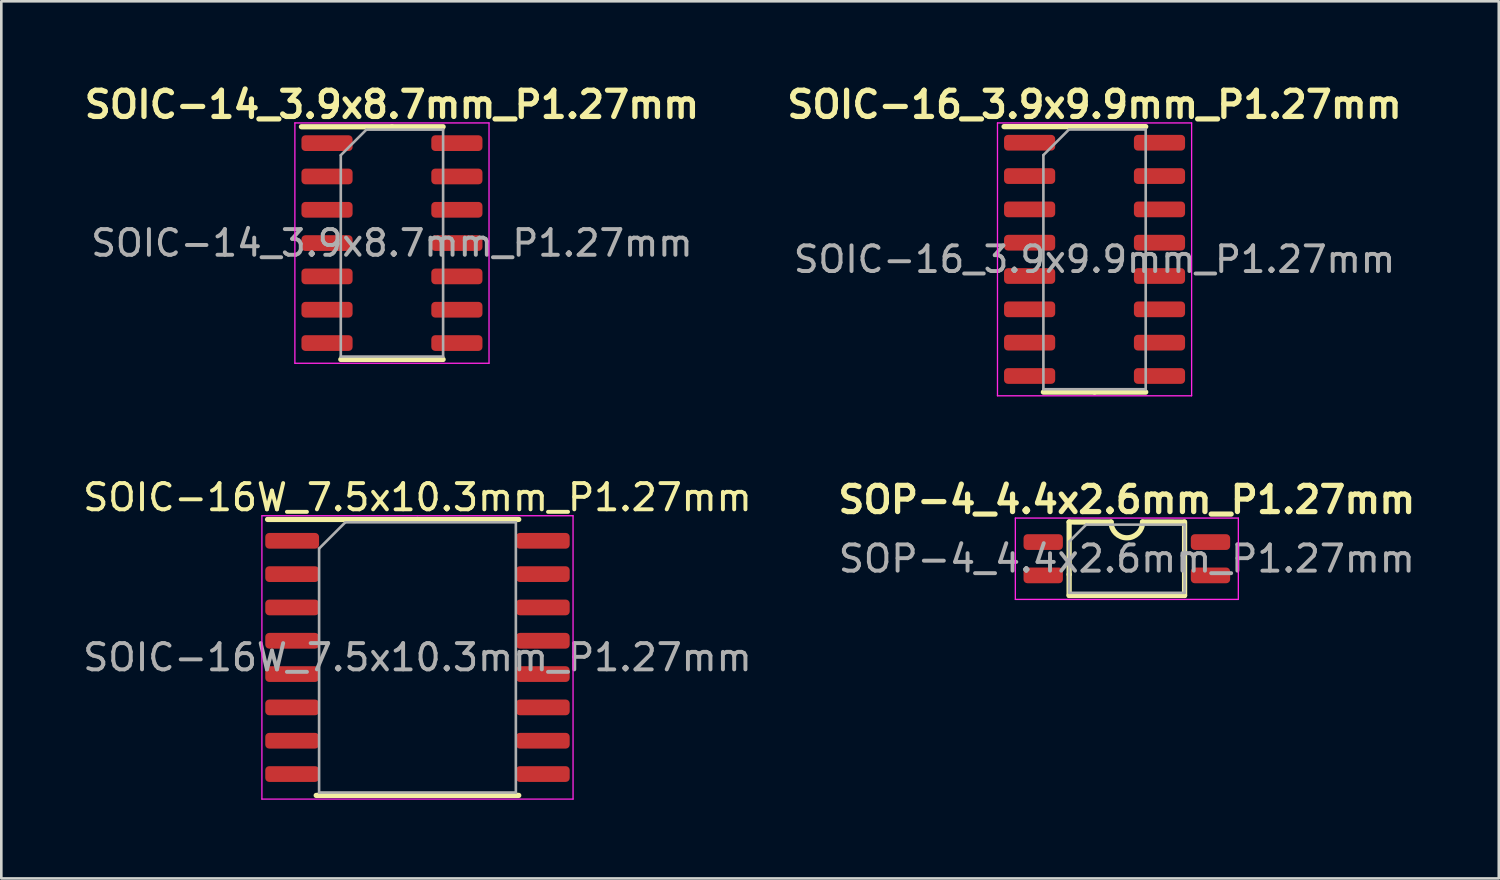
<source format=kicad_pcb>
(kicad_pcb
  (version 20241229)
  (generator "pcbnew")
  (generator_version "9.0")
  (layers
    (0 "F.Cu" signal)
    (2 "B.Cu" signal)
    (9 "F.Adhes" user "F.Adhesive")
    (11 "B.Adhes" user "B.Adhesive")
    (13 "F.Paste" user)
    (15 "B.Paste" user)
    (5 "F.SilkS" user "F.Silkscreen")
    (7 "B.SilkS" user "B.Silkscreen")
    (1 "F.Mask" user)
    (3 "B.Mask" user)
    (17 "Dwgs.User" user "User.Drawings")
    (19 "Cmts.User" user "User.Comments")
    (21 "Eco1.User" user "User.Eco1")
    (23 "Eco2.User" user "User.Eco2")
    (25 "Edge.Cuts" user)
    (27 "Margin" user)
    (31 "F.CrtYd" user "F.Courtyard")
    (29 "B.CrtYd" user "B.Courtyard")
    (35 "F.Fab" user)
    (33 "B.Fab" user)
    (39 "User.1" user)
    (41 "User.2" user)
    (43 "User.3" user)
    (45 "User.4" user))
  (footprint "SOP-4_4.4x2.6mm_P1.27mm"
    (layer "F.Cu")
    (at 39.902 18.247)
    (property "Reference" "SOP-4_4.4x2.6mm_P1.27mm" (at 0 -2.25 0) (layer "F.SilkS") (effects (font (size 1 1) (thickness 0.2))))
    (attr smd)
    (fp_line (start -2.2 -1.4) (end -2.2 0.6) (stroke (width 0.2) (type solid)) (layer "F.SilkS"))
    (fp_line (start -2.2 0.6) (end -2.2 1.4) (stroke (width 0.2) (type solid)) (layer "F.SilkS"))
    (fp_line (start -2.2 1.4) (end 2.2 1.4) (stroke (width 0.2) (type solid)) (layer "F.SilkS"))
    (fp_line (start -0.6 -1.397) (end -2.2 -1.4) (stroke (width 0.2) (type solid)) (layer "F.SilkS"))
    (fp_line (start 2.194 -1.397) (end 0.594 -1.4) (stroke (width 0.2) (type solid)) (layer "F.SilkS"))
    (fp_line (start 2.2 1.4) (end 2.2 -1.4) (stroke (width 0.2) (type solid)) (layer "F.SilkS"))
    (fp_arc (start 0.6 -1.397) (mid 0 -0.797) (end -0.6 -1.397) (stroke (width 0.2) (type solid)) (layer "F.SilkS"))
    (fp_line (start -4.25 -1.55) (end -4.25 1.55) (stroke (width 0.05) (type solid)) (layer "F.CrtYd"))
    (fp_line (start -4.25 1.55) (end 4.25 1.55) (stroke (width 0.05) (type solid)) (layer "F.CrtYd"))
    (fp_line (start 4.25 -1.55) (end -4.25 -1.55) (stroke (width 0.05) (type solid)) (layer "F.CrtYd"))
    (fp_line (start 4.25 1.55) (end 4.25 -1.55) (stroke (width 0.05) (type solid)) (layer "F.CrtYd"))
    (fp_line (start -2.2 -0.65) (end -1.55 -1.3) (stroke (width 0.1) (type solid)) (layer "F.Fab"))
    (fp_line (start -2.2 1.3) (end -2.2 -0.65) (stroke (width 0.1) (type solid)) (layer "F.Fab"))
    (fp_line (start -1.55 -1.3) (end 2.2 -1.3) (stroke (width 0.1) (type solid)) (layer "F.Fab"))
    (fp_line (start 2.2 -1.3) (end 2.2 1.3) (stroke (width 0.1) (type solid)) (layer "F.Fab"))
    (fp_line (start 2.2 1.3) (end -2.2 1.3) (stroke (width 0.1) (type solid)) (layer "F.Fab"))
    (fp_text user "${REFERENCE}" (at 0 0 0) (layer "F.Fab") (effects (font (size 1 1) (thickness 0.15))))
    (pad "1" smd roundrect (at -3.188 -0.635) (size 1.5 0.6) (layers "F.Cu" "F.Mask" "F.Paste") (roundrect_rratio 0.25))
    (pad "2" smd roundrect (at -3.188 0.635) (size 1.5 0.6) (layers "F.Cu" "F.Mask" "F.Paste") (roundrect_rratio 0.25))
    (pad "3" smd roundrect (at 3.188 0.635) (size 1.5 0.6) (layers "F.Cu" "F.Mask" "F.Paste") (roundrect_rratio 0.25))
    (pad "4" smd roundrect (at 3.188 -0.635) (size 1.5 0.6) (layers "F.Cu" "F.Mask" "F.Paste") (roundrect_rratio 0.25)))
  (footprint "SOIC-16_3.9x9.9mm_P1.27mm"
    (layer "F.Cu")
    (at 38.671 6.836)
    (property "Reference" "SOIC-16_3.9x9.9mm_P1.27mm" (at 0 -5.9 0) (layer "F.SilkS") (effects (font (size 1 1) (thickness 0.2) (bold yes))))
    (attr smd)
    (fp_line (start 0 -5.06) (end -3.45 -5.06) (stroke (width 0.2) (type solid)) (layer "F.SilkS"))
    (fp_line (start 0 -5.06) (end 1.95 -5.06) (stroke (width 0.2) (type solid)) (layer "F.SilkS"))
    (fp_line (start 0 5.06) (end -1.95 5.06) (stroke (width 0.2) (type solid)) (layer "F.SilkS"))
    (fp_line (start 0 5.06) (end 1.95 5.06) (stroke (width 0.2) (type solid)) (layer "F.SilkS"))
    (fp_line (start -3.7 -5.2) (end -3.7 5.2) (stroke (width 0.05) (type solid)) (layer "F.CrtYd"))
    (fp_line (start -3.7 5.2) (end 3.7 5.2) (stroke (width 0.05) (type solid)) (layer "F.CrtYd"))
    (fp_line (start 3.7 -5.2) (end -3.7 -5.2) (stroke (width 0.05) (type solid)) (layer "F.CrtYd"))
    (fp_line (start 3.7 5.2) (end 3.7 -5.2) (stroke (width 0.05) (type solid)) (layer "F.CrtYd"))
    (fp_line (start -1.95 -3.975) (end -0.975 -4.95) (stroke (width 0.1) (type solid)) (layer "F.Fab"))
    (fp_line (start -1.95 4.95) (end -1.95 -3.975) (stroke (width 0.1) (type solid)) (layer "F.Fab"))
    (fp_line (start -0.975 -4.95) (end 1.95 -4.95) (stroke (width 0.1) (type solid)) (layer "F.Fab"))
    (fp_line (start 1.95 -4.95) (end 1.95 4.95) (stroke (width 0.1) (type solid)) (layer "F.Fab"))
    (fp_line (start 1.95 4.95) (end -1.95 4.95) (stroke (width 0.1) (type solid)) (layer "F.Fab"))
    (fp_text user "${REFERENCE}" (at 0 0 0) (layer "F.Fab") (effects (font (size 0.98 0.98) (thickness 0.15))))
    (pad "1" smd roundrect (at -2.475 -4.445) (size 1.95 0.6) (layers "F.Cu" "F.Mask" "F.Paste") (roundrect_rratio 0.25))
    (pad "2" smd roundrect (at -2.475 -3.175) (size 1.95 0.6) (layers "F.Cu" "F.Mask" "F.Paste") (roundrect_rratio 0.25))
    (pad "3" smd roundrect (at -2.475 -1.905) (size 1.95 0.6) (layers "F.Cu" "F.Mask" "F.Paste") (roundrect_rratio 0.25))
    (pad "4" smd roundrect (at -2.475 -0.635) (size 1.95 0.6) (layers "F.Cu" "F.Mask" "F.Paste") (roundrect_rratio 0.25))
    (pad "5" smd roundrect (at -2.475 0.635) (size 1.95 0.6) (layers "F.Cu" "F.Mask" "F.Paste") (roundrect_rratio 0.25))
    (pad "6" smd roundrect (at -2.475 1.905) (size 1.95 0.6) (layers "F.Cu" "F.Mask" "F.Paste") (roundrect_rratio 0.25))
    (pad "7" smd roundrect (at -2.475 3.175) (size 1.95 0.6) (layers "F.Cu" "F.Mask" "F.Paste") (roundrect_rratio 0.25))
    (pad "8" smd roundrect (at -2.475 4.445) (size 1.95 0.6) (layers "F.Cu" "F.Mask" "F.Paste") (roundrect_rratio 0.25))
    (pad "9" smd roundrect (at 2.475 4.445) (size 1.95 0.6) (layers "F.Cu" "F.Mask" "F.Paste") (roundrect_rratio 0.25))
    (pad "10" smd roundrect (at 2.475 3.175) (size 1.95 0.6) (layers "F.Cu" "F.Mask" "F.Paste") (roundrect_rratio 0.25))
    (pad "11" smd roundrect (at 2.475 1.905) (size 1.95 0.6) (layers "F.Cu" "F.Mask" "F.Paste") (roundrect_rratio 0.25))
    (pad "12" smd roundrect (at 2.475 0.635) (size 1.95 0.6) (layers "F.Cu" "F.Mask" "F.Paste") (roundrect_rratio 0.25))
    (pad "13" smd roundrect (at 2.475 -0.635) (size 1.95 0.6) (layers "F.Cu" "F.Mask" "F.Paste") (roundrect_rratio 0.25))
    (pad "14" smd roundrect (at 2.475 -1.905) (size 1.95 0.6) (layers "F.Cu" "F.Mask" "F.Paste") (roundrect_rratio 0.25))
    (pad "15" smd roundrect (at 2.475 -3.175) (size 1.95 0.6) (layers "F.Cu" "F.Mask" "F.Paste") (roundrect_rratio 0.25))
    (pad "16" smd roundrect (at 2.475 -4.445) (size 1.95 0.6) (layers "F.Cu" "F.Mask" "F.Paste") (roundrect_rratio 0.25)))
  (footprint "SOIC-14_3.9x8.7mm_P1.27mm"
    (layer "F.Cu")
    (at 11.89 6.216)
    (property "Reference" "SOIC-14_3.9x8.7mm_P1.27mm" (at 0 -5.28 0) (layer "F.SilkS") (effects (font (size 1 1) (thickness 0.2) (bold yes))))
    (attr smd)
    (fp_line (start 0 -4.435) (end -3.45 -4.435) (stroke (width 0.2) (type solid)) (layer "F.SilkS"))
    (fp_line (start 0 -4.435) (end 1.95 -4.435) (stroke (width 0.2) (type solid)) (layer "F.SilkS"))
    (fp_line (start 0 4.435) (end -1.95 4.435) (stroke (width 0.2) (type solid)) (layer "F.SilkS"))
    (fp_line (start 0 4.435) (end 1.95 4.435) (stroke (width 0.2) (type solid)) (layer "F.SilkS"))
    (fp_line (start -3.7 -4.58) (end -3.7 4.58) (stroke (width 0.05) (type solid)) (layer "F.CrtYd"))
    (fp_line (start -3.7 4.58) (end 3.7 4.58) (stroke (width 0.05) (type solid)) (layer "F.CrtYd"))
    (fp_line (start 3.7 -4.58) (end -3.7 -4.58) (stroke (width 0.05) (type solid)) (layer "F.CrtYd"))
    (fp_line (start 3.7 4.58) (end 3.7 -4.58) (stroke (width 0.05) (type solid)) (layer "F.CrtYd"))
    (fp_line (start -1.95 -3.35) (end -0.975 -4.325) (stroke (width 0.1) (type solid)) (layer "F.Fab"))
    (fp_line (start -1.95 4.325) (end -1.95 -3.35) (stroke (width 0.1) (type solid)) (layer "F.Fab"))
    (fp_line (start -0.975 -4.325) (end 1.95 -4.325) (stroke (width 0.1) (type solid)) (layer "F.Fab"))
    (fp_line (start 1.95 -4.325) (end 1.95 4.325) (stroke (width 0.1) (type solid)) (layer "F.Fab"))
    (fp_line (start 1.95 4.325) (end -1.95 4.325) (stroke (width 0.1) (type solid)) (layer "F.Fab"))
    (fp_text user "${REFERENCE}" (at 0 0 0) (layer "F.Fab") (effects (font (size 0.98 0.98) (thickness 0.15))))
    (pad "1" smd roundrect (at -2.475 -3.81) (size 1.95 0.6) (layers "F.Cu" "F.Mask" "F.Paste") (roundrect_rratio 0.25))
    (pad "2" smd roundrect (at -2.475 -2.54) (size 1.95 0.6) (layers "F.Cu" "F.Mask" "F.Paste") (roundrect_rratio 0.25))
    (pad "3" smd roundrect (at -2.475 -1.27) (size 1.95 0.6) (layers "F.Cu" "F.Mask" "F.Paste") (roundrect_rratio 0.25))
    (pad "4" smd roundrect (at -2.475 0) (size 1.95 0.6) (layers "F.Cu" "F.Mask" "F.Paste") (roundrect_rratio 0.25))
    (pad "5" smd roundrect (at -2.475 1.27) (size 1.95 0.6) (layers "F.Cu" "F.Mask" "F.Paste") (roundrect_rratio 0.25))
    (pad "6" smd roundrect (at -2.475 2.54) (size 1.95 0.6) (layers "F.Cu" "F.Mask" "F.Paste") (roundrect_rratio 0.25))
    (pad "7" smd roundrect (at -2.475 3.81) (size 1.95 0.6) (layers "F.Cu" "F.Mask" "F.Paste") (roundrect_rratio 0.25))
    (pad "8" smd roundrect (at 2.475 3.81) (size 1.95 0.6) (layers "F.Cu" "F.Mask" "F.Paste") (roundrect_rratio 0.25))
    (pad "9" smd roundrect (at 2.475 2.54) (size 1.95 0.6) (layers "F.Cu" "F.Mask" "F.Paste") (roundrect_rratio 0.25))
    (pad "10" smd roundrect (at 2.475 1.27) (size 1.95 0.6) (layers "F.Cu" "F.Mask" "F.Paste") (roundrect_rratio 0.25))
    (pad "11" smd roundrect (at 2.475 0) (size 1.95 0.6) (layers "F.Cu" "F.Mask" "F.Paste") (roundrect_rratio 0.25))
    (pad "12" smd roundrect (at 2.475 -1.27) (size 1.95 0.6) (layers "F.Cu" "F.Mask" "F.Paste") (roundrect_rratio 0.25))
    (pad "13" smd roundrect (at 2.475 -2.54) (size 1.95 0.6) (layers "F.Cu" "F.Mask" "F.Paste") (roundrect_rratio 0.25))
    (pad "14" smd roundrect (at 2.475 -3.81) (size 1.95 0.6) (layers "F.Cu" "F.Mask" "F.Paste") (roundrect_rratio 0.25)))
  (footprint "SOIC-16W_7.5x10.3mm_P1.27mm"
    (layer "F.Cu")
    (at 12.863 22.009)
    (property "Reference" "SOIC-16W_7.5x10.3mm_P1.27mm" (at 0 -6.1 0) (layer "F.SilkS") (effects (font (size 1 1) (thickness 0.15))))
    (attr smd)
    (fp_line (start 0 -5.26) (end -5.715 -5.26) (stroke (width 0.2) (type solid)) (layer "F.SilkS"))
    (fp_line (start 0 -5.26) (end 3.86 -5.26) (stroke (width 0.2) (type solid)) (layer "F.SilkS"))
    (fp_line (start 0 5.26) (end -3.86 5.26) (stroke (width 0.2) (type solid)) (layer "F.SilkS"))
    (fp_line (start 0 5.26) (end 3.86 5.26) (stroke (width 0.2) (type solid)) (layer "F.SilkS"))
    (fp_line (start -5.93 -5.4) (end -5.93 5.4) (stroke (width 0.05) (type solid)) (layer "F.CrtYd"))
    (fp_line (start -5.93 5.4) (end 5.93 5.4) (stroke (width 0.05) (type solid)) (layer "F.CrtYd"))
    (fp_line (start 5.93 -5.4) (end -5.93 -5.4) (stroke (width 0.05) (type solid)) (layer "F.CrtYd"))
    (fp_line (start 5.93 5.4) (end 5.93 -5.4) (stroke (width 0.05) (type solid)) (layer "F.CrtYd"))
    (fp_line (start -3.75 -4.15) (end -2.75 -5.15) (stroke (width 0.1) (type solid)) (layer "F.Fab"))
    (fp_line (start -3.75 5.15) (end -3.75 -4.15) (stroke (width 0.1) (type solid)) (layer "F.Fab"))
    (fp_line (start -2.75 -5.15) (end 3.75 -5.15) (stroke (width 0.1) (type solid)) (layer "F.Fab"))
    (fp_line (start 3.75 -5.15) (end 3.75 5.15) (stroke (width 0.1) (type solid)) (layer "F.Fab"))
    (fp_line (start 3.75 5.15) (end -3.75 5.15) (stroke (width 0.1) (type solid)) (layer "F.Fab"))
    (fp_text user "${REFERENCE}" (at 0 0 0) (layer "F.Fab") (effects (font (size 1 1) (thickness 0.15))))
    (pad "1" smd roundrect (at -4.777 -4.445) (size 2.05 0.6) (layers "F.Cu" "F.Mask" "F.Paste") (roundrect_rratio 0.25))
    (pad "2" smd roundrect (at -4.777 -3.175) (size 2.05 0.6) (layers "F.Cu" "F.Mask" "F.Paste") (roundrect_rratio 0.25))
    (pad "3" smd roundrect (at -4.777 -1.905) (size 2.05 0.6) (layers "F.Cu" "F.Mask" "F.Paste") (roundrect_rratio 0.25))
    (pad "4" smd roundrect (at -4.777 -0.635) (size 2.05 0.6) (layers "F.Cu" "F.Mask" "F.Paste") (roundrect_rratio 0.25))
    (pad "5" smd roundrect (at -4.777 0.635) (size 2.05 0.6) (layers "F.Cu" "F.Mask" "F.Paste") (roundrect_rratio 0.25))
    (pad "6" smd roundrect (at -4.777 1.905) (size 2.05 0.6) (layers "F.Cu" "F.Mask" "F.Paste") (roundrect_rratio 0.25))
    (pad "7" smd roundrect (at -4.777 3.175) (size 2.05 0.6) (layers "F.Cu" "F.Mask" "F.Paste") (roundrect_rratio 0.25))
    (pad "8" smd roundrect (at -4.777 4.445) (size 2.05 0.6) (layers "F.Cu" "F.Mask" "F.Paste") (roundrect_rratio 0.25))
    (pad "9" smd roundrect (at 4.777 4.445) (size 2.05 0.6) (layers "F.Cu" "F.Mask" "F.Paste") (roundrect_rratio 0.25))
    (pad "10" smd roundrect (at 4.777 3.175) (size 2.05 0.6) (layers "F.Cu" "F.Mask" "F.Paste") (roundrect_rratio 0.25))
    (pad "11" smd roundrect (at 4.777 1.905) (size 2.05 0.6) (layers "F.Cu" "F.Mask" "F.Paste") (roundrect_rratio 0.25))
    (pad "12" smd roundrect (at 4.777 0.635) (size 2.05 0.6) (layers "F.Cu" "F.Mask" "F.Paste") (roundrect_rratio 0.25))
    (pad "13" smd roundrect (at 4.777 -0.635) (size 2.05 0.6) (layers "F.Cu" "F.Mask" "F.Paste") (roundrect_rratio 0.25))
    (pad "14" smd roundrect (at 4.777 -1.905) (size 2.05 0.6) (layers "F.Cu" "F.Mask" "F.Paste") (roundrect_rratio 0.25))
    (pad "15" smd roundrect (at 4.777 -3.175) (size 2.05 0.6) (layers "F.Cu" "F.Mask" "F.Paste") (roundrect_rratio 0.25))
    (pad "16" smd roundrect (at 4.777 -4.445) (size 2.05 0.6) (layers "F.Cu" "F.Mask" "F.Paste") (roundrect_rratio 0.25)))
  (gr_rect
    (start -3 -3)
    (end 54.079 30.434)
    (stroke (width 0.1) (type default))
    (fill no)
    (layer "Edge.Cuts")))
</source>
